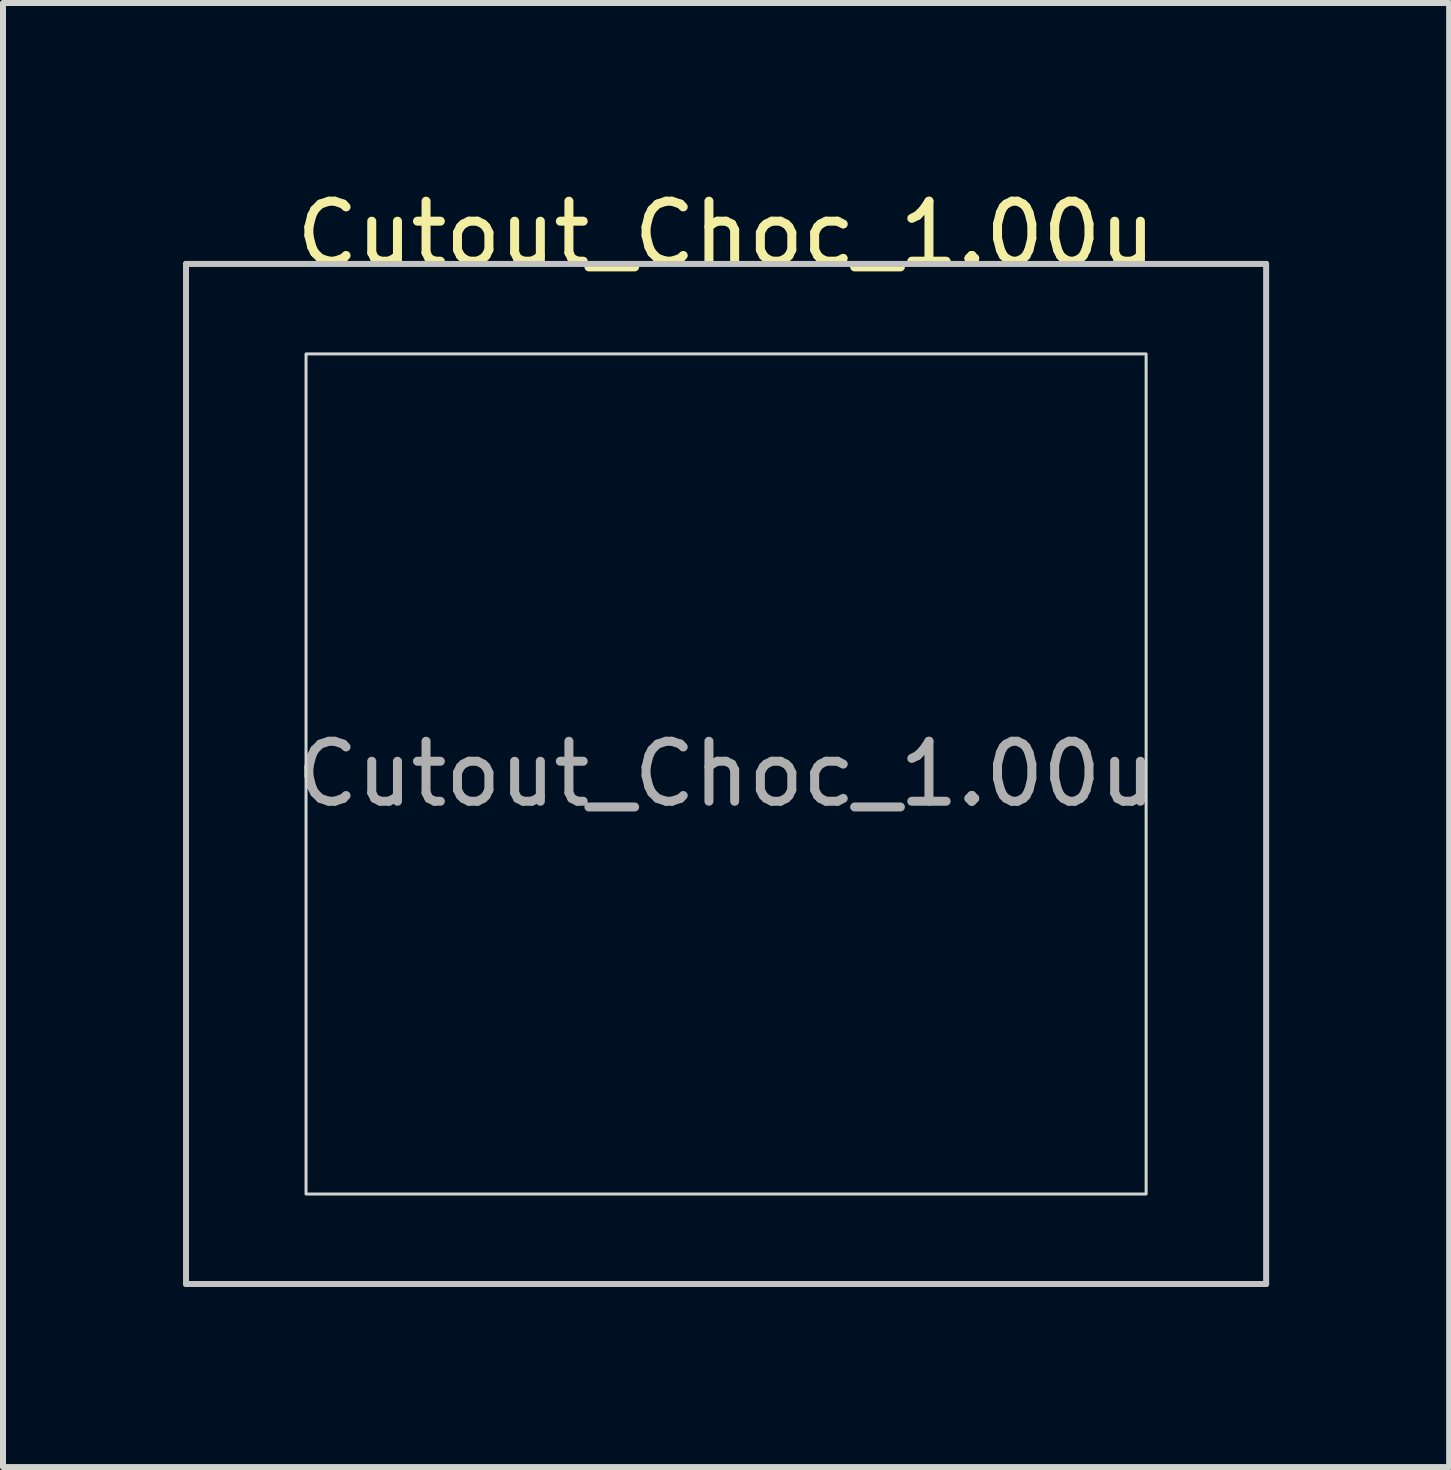
<source format=kicad_pcb>
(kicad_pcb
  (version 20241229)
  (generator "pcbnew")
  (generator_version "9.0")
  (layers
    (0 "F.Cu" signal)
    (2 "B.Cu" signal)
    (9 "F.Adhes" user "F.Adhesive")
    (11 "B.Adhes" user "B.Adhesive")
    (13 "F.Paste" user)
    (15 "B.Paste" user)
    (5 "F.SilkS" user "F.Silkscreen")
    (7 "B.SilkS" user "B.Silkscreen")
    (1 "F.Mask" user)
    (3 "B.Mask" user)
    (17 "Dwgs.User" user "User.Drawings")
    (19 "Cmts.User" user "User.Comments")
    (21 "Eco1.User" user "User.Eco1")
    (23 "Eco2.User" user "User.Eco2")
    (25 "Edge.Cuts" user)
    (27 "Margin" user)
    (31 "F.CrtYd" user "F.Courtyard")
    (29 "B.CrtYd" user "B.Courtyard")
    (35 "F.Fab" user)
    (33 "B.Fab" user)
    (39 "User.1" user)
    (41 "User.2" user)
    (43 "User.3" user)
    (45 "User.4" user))
  (footprint "Cutout_Choc_1.00u"
    (layer "F.Cu")
    (at 9.05 9.848)
    (property "Reference" "Cutout_Choc_1.00u" (at 0 -9 0) (layer "F.SilkS") (effects (font (size 1 1) (thickness 0.15))))
    (attr through_hole)
    (fp_line (start -9 -8.5) (end -9 8.5) (stroke (width 0.1) (type solid)) (layer "Dwgs.User"))
    (fp_line (start -9 8.5) (end 9 8.5) (stroke (width 0.1) (type solid)) (layer "Dwgs.User"))
    (fp_line (start 9 -8.5) (end -9 -8.5) (stroke (width 0.1) (type solid)) (layer "Dwgs.User"))
    (fp_line (start 9 8.5) (end 9 -8.5) (stroke (width 0.1) (type solid)) (layer "Dwgs.User"))
    (fp_rect (start -7 -7) (end 7 7) (stroke (width 0.05) (type default)) (fill no) (layer "Edge.Cuts"))
    (fp_text user "${REFERENCE}" (at 0 0 0) (layer "F.Fab") (effects (font (size 1 1) (thickness 0.15)))))
  (gr_rect
    (start -3 -3)
    (end 21.1 21.398)
    (stroke (width 0.1) (type default))
    (fill no)
    (layer "Edge.Cuts")))
</source>
